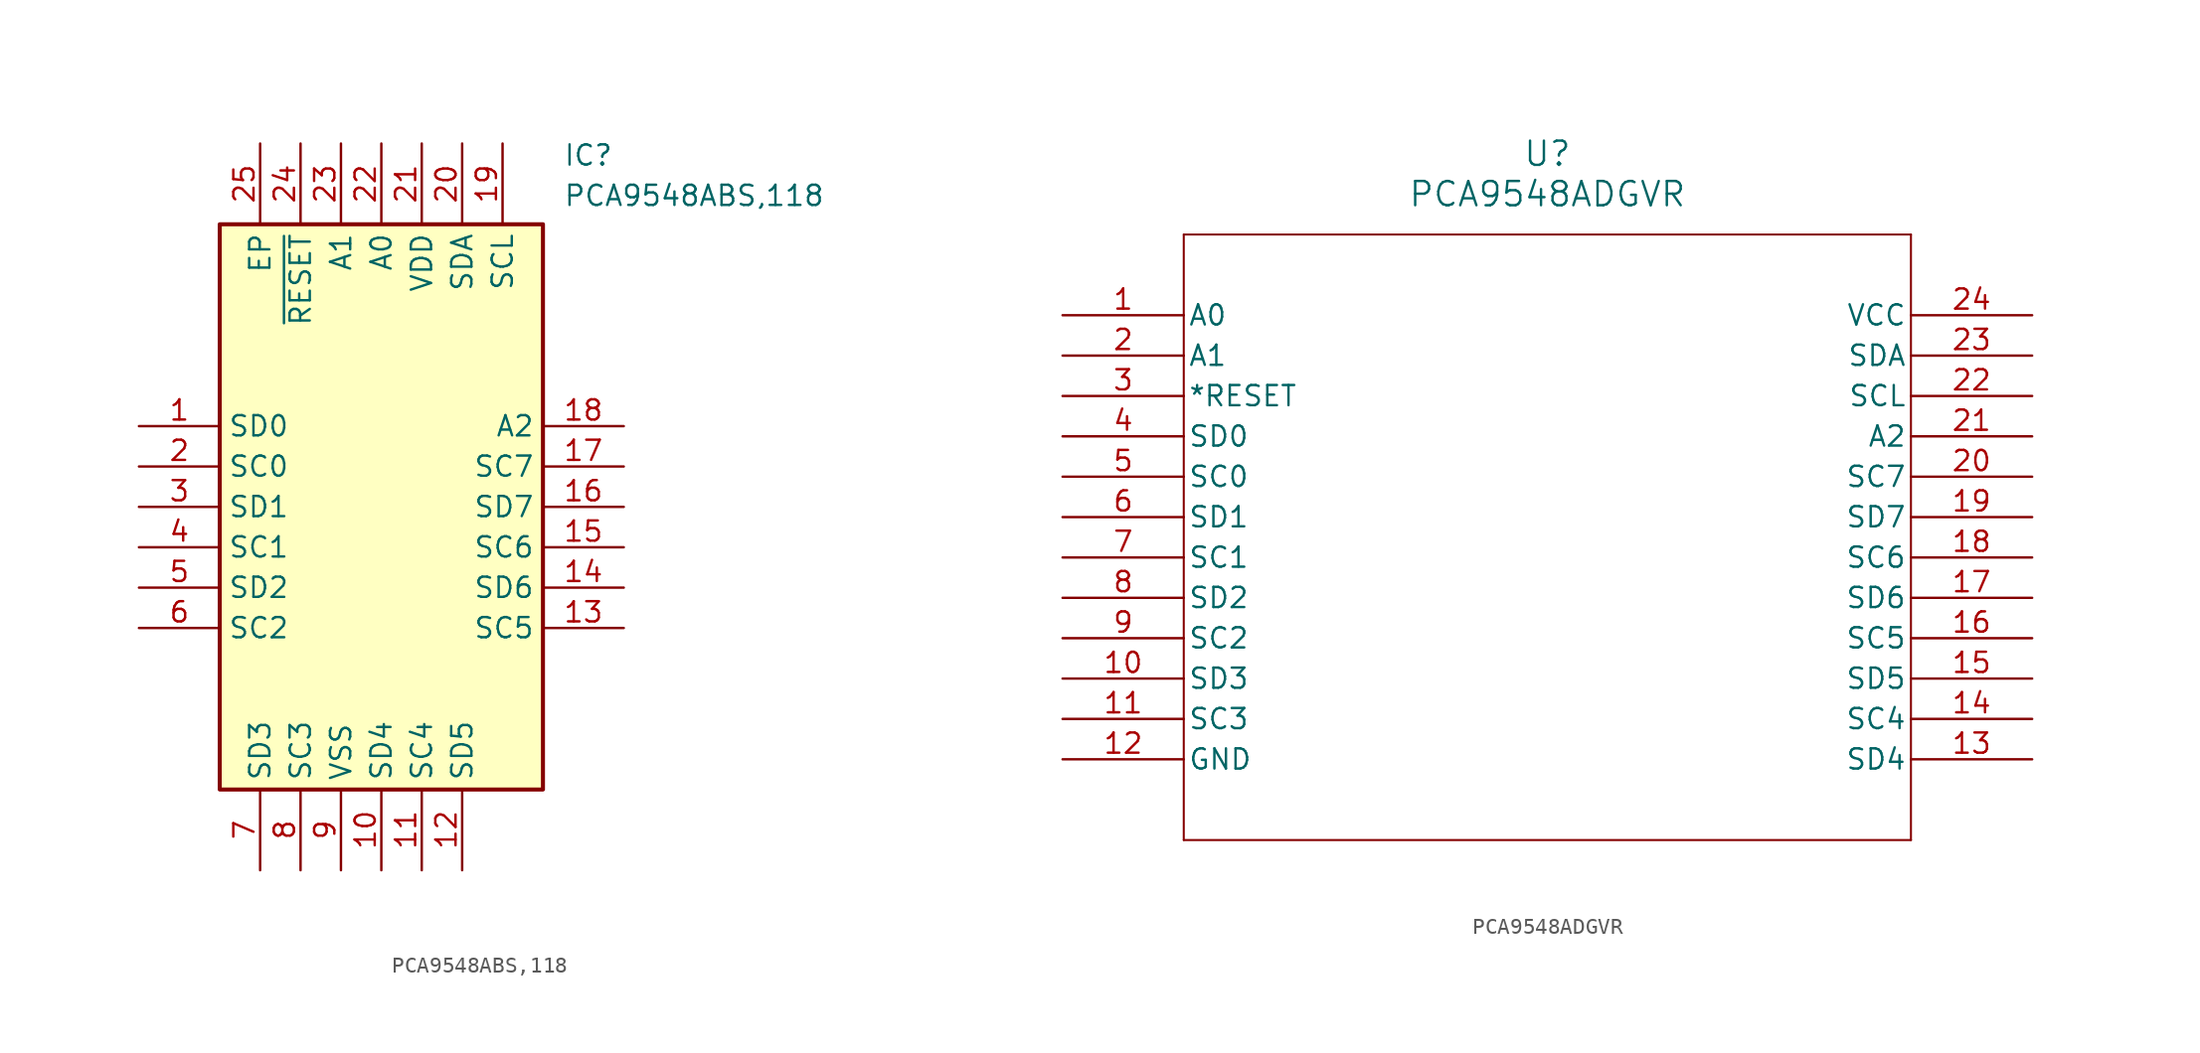
<source format=kicad_sym>
(kicad_symbol_lib
  (version 20231120)
  (generator "kicad_symbol_editor")
  (generator_version "8.0")
  (symbol "PCA9548ABS,118"
    (property "Reference" "IC"
      (at 26.67 17.78 0)
      (effects (font (size 1.27 1.27)) (justify left top)))
    (property "Value" "PCA9548ABS,118"
      (at 26.67 15.24 0)
      (effects (font (size 1.27 1.27)) (justify left top)))
    (symbol "PCA9548ABS,118_1_1"
      (rectangle (start 5.08 12.7) (end 25.4 -22.86) (stroke (width 0.254) (type default)) (fill (type background)))
      (pin passive line (at 0 0 0) (length 5.08) (name "SD0" (effects (font (size 1.27 1.27)))) (number "1" (effects (font (size 1.27 1.27)))))
      (pin passive line (at 15.24 -27.94 90) (length 5.08) (name "SD4" (effects (font (size 1.27 1.27)))) (number "10" (effects (font (size 1.27 1.27)))))
      (pin passive line (at 17.78 -27.94 90) (length 5.08) (name "SC4" (effects (font (size 1.27 1.27)))) (number "11" (effects (font (size 1.27 1.27)))))
      (pin passive line (at 20.32 -27.94 90) (length 5.08) (name "SD5" (effects (font (size 1.27 1.27)))) (number "12" (effects (font (size 1.27 1.27)))))
      (pin passive line (at 30.48 -12.7 180) (length 5.08) (name "SC5" (effects (font (size 1.27 1.27)))) (number "13" (effects (font (size 1.27 1.27)))))
      (pin passive line (at 30.48 -10.16 180) (length 5.08) (name "SD6" (effects (font (size 1.27 1.27)))) (number "14" (effects (font (size 1.27 1.27)))))
      (pin passive line (at 30.48 -7.62 180) (length 5.08) (name "SC6" (effects (font (size 1.27 1.27)))) (number "15" (effects (font (size 1.27 1.27)))))
      (pin passive line (at 30.48 -5.08 180) (length 5.08) (name "SD7" (effects (font (size 1.27 1.27)))) (number "16" (effects (font (size 1.27 1.27)))))
      (pin passive line (at 30.48 -2.54 180) (length 5.08) (name "SC7" (effects (font (size 1.27 1.27)))) (number "17" (effects (font (size 1.27 1.27)))))
      (pin passive line (at 30.48 0 180) (length 5.08) (name "A2" (effects (font (size 1.27 1.27)))) (number "18" (effects (font (size 1.27 1.27)))))
      (pin passive line (at 22.86 17.78 270) (length 5.08) (name "SCL" (effects (font (size 1.27 1.27)))) (number "19" (effects (font (size 1.27 1.27)))))
      (pin passive line (at 0 -2.54 0) (length 5.08) (name "SC0" (effects (font (size 1.27 1.27)))) (number "2" (effects (font (size 1.27 1.27)))))
      (pin passive line (at 20.32 17.78 270) (length 5.08) (name "SDA" (effects (font (size 1.27 1.27)))) (number "20" (effects (font (size 1.27 1.27)))))
      (pin passive line (at 17.78 17.78 270) (length 5.08) (name "VDD" (effects (font (size 1.27 1.27)))) (number "21" (effects (font (size 1.27 1.27)))))
      (pin passive line (at 15.24 17.78 270) (length 5.08) (name "A0" (effects (font (size 1.27 1.27)))) (number "22" (effects (font (size 1.27 1.27)))))
      (pin passive line (at 12.7 17.78 270) (length 5.08) (name "A1" (effects (font (size 1.27 1.27)))) (number "23" (effects (font (size 1.27 1.27)))))
      (pin passive line (at 10.16 17.78 270) (length 5.08) (name "~{RESET}" (effects (font (size 1.27 1.27)))) (number "24" (effects (font (size 1.27 1.27)))))
      (pin passive line (at 7.62 17.78 270) (length 5.08) (name "EP" (effects (font (size 1.27 1.27)))) (number "25" (effects (font (size 1.27 1.27)))))
      (pin passive line (at 0 -5.08 0) (length 5.08) (name "SD1" (effects (font (size 1.27 1.27)))) (number "3" (effects (font (size 1.27 1.27)))))
      (pin passive line (at 0 -7.62 0) (length 5.08) (name "SC1" (effects (font (size 1.27 1.27)))) (number "4" (effects (font (size 1.27 1.27)))))
      (pin passive line (at 0 -10.16 0) (length 5.08) (name "SD2" (effects (font (size 1.27 1.27)))) (number "5" (effects (font (size 1.27 1.27)))))
      (pin passive line (at 0 -12.7 0) (length 5.08) (name "SC2" (effects (font (size 1.27 1.27)))) (number "6" (effects (font (size 1.27 1.27)))))
      (pin passive line (at 7.62 -27.94 90) (length 5.08) (name "SD3" (effects (font (size 1.27 1.27)))) (number "7" (effects (font (size 1.27 1.27)))))
      (pin passive line (at 10.16 -27.94 90) (length 5.08) (name "SC3" (effects (font (size 1.27 1.27)))) (number "8" (effects (font (size 1.27 1.27)))))
      (pin passive line (at 12.7 -27.94 90) (length 5.08) (name "VSS" (effects (font (size 1.27 1.27)))) (number "9" (effects (font (size 1.27 1.27)))))))
  (symbol "PCA9548ADGVR"
    (pin_names
      (offset 0.254))
    (property "Reference" "U"
      (at 30.48 10.16 0)
      (effects (font (size 1.524 1.524))))
    (property "Value" "PCA9548ADGVR"
      (at 30.48 7.62 0)
      (effects (font (size 1.524 1.524))))
    (property "ki_locked" ""
      (at 0 0 0)
      (effects (font (size 1.27 1.27))))
    (symbol "PCA9548ADGVR_0_1"
      (polyline (pts (xy 7.62 -33.02) (xy 53.34 -33.02)) (stroke (width 0.127) (type default)) (fill (type none)))
      (polyline (pts (xy 7.62 5.08) (xy 7.62 -33.02)) (stroke (width 0.127) (type default)) (fill (type none)))
      (polyline (pts (xy 53.34 -33.02) (xy 53.34 5.08)) (stroke (width 0.127) (type default)) (fill (type none)))
      (polyline (pts (xy 53.34 5.08) (xy 7.62 5.08)) (stroke (width 0.127) (type default)) (fill (type none)))
      (pin input line (at 0 0 0) (length 7.62) (name "A0" (effects (font (size 1.27 1.27)))) (number "1" (effects (font (size 1.27 1.27)))))
      (pin unspecified line (at 0 -22.86 0) (length 7.62) (name "SD3" (effects (font (size 1.27 1.27)))) (number "10" (effects (font (size 1.27 1.27)))))
      (pin unspecified line (at 0 -25.4 0) (length 7.62) (name "SC3" (effects (font (size 1.27 1.27)))) (number "11" (effects (font (size 1.27 1.27)))))
      (pin power_in line (at 0 -27.94 0) (length 7.62) (name "GND" (effects (font (size 1.27 1.27)))) (number "12" (effects (font (size 1.27 1.27)))))
      (pin unspecified line (at 60.96 -27.94 180) (length 7.62) (name "SD4" (effects (font (size 1.27 1.27)))) (number "13" (effects (font (size 1.27 1.27)))))
      (pin unspecified line (at 60.96 -25.4 180) (length 7.62) (name "SC4" (effects (font (size 1.27 1.27)))) (number "14" (effects (font (size 1.27 1.27)))))
      (pin unspecified line (at 60.96 -22.86 180) (length 7.62) (name "SD5" (effects (font (size 1.27 1.27)))) (number "15" (effects (font (size 1.27 1.27)))))
      (pin unspecified line (at 60.96 -20.32 180) (length 7.62) (name "SC5" (effects (font (size 1.27 1.27)))) (number "16" (effects (font (size 1.27 1.27)))))
      (pin unspecified line (at 60.96 -17.78 180) (length 7.62) (name "SD6" (effects (font (size 1.27 1.27)))) (number "17" (effects (font (size 1.27 1.27)))))
      (pin unspecified line (at 60.96 -15.24 180) (length 7.62) (name "SC6" (effects (font (size 1.27 1.27)))) (number "18" (effects (font (size 1.27 1.27)))))
      (pin unspecified line (at 60.96 -12.7 180) (length 7.62) (name "SD7" (effects (font (size 1.27 1.27)))) (number "19" (effects (font (size 1.27 1.27)))))
      (pin input line (at 0 -2.54 0) (length 7.62) (name "A1" (effects (font (size 1.27 1.27)))) (number "2" (effects (font (size 1.27 1.27)))))
      (pin unspecified line (at 60.96 -10.16 180) (length 7.62) (name "SC7" (effects (font (size 1.27 1.27)))) (number "20" (effects (font (size 1.27 1.27)))))
      (pin input line (at 60.96 -7.62 180) (length 7.62) (name "A2" (effects (font (size 1.27 1.27)))) (number "21" (effects (font (size 1.27 1.27)))))
      (pin unspecified line (at 60.96 -5.08 180) (length 7.62) (name "SCL" (effects (font (size 1.27 1.27)))) (number "22" (effects (font (size 1.27 1.27)))))
      (pin unspecified line (at 60.96 -2.54 180) (length 7.62) (name "SDA" (effects (font (size 1.27 1.27)))) (number "23" (effects (font (size 1.27 1.27)))))
      (pin power_in line (at 60.96 0 180) (length 7.62) (name "VCC" (effects (font (size 1.27 1.27)))) (number "24" (effects (font (size 1.27 1.27)))))
      (pin input line (at 0 -5.08 0) (length 7.62) (name "*RESET" (effects (font (size 1.27 1.27)))) (number "3" (effects (font (size 1.27 1.27)))))
      (pin unspecified line (at 0 -7.62 0) (length 7.62) (name "SD0" (effects (font (size 1.27 1.27)))) (number "4" (effects (font (size 1.27 1.27)))))
      (pin unspecified line (at 0 -10.16 0) (length 7.62) (name "SC0" (effects (font (size 1.27 1.27)))) (number "5" (effects (font (size 1.27 1.27)))))
      (pin unspecified line (at 0 -12.7 0) (length 7.62) (name "SD1" (effects (font (size 1.27 1.27)))) (number "6" (effects (font (size 1.27 1.27)))))
      (pin unspecified line (at 0 -15.24 0) (length 7.62) (name "SC1" (effects (font (size 1.27 1.27)))) (number "7" (effects (font (size 1.27 1.27)))))
      (pin unspecified line (at 0 -17.78 0) (length 7.62) (name "SD2" (effects (font (size 1.27 1.27)))) (number "8" (effects (font (size 1.27 1.27)))))
      (pin unspecified line (at 0 -20.32 0) (length 7.62) (name "SC2" (effects (font (size 1.27 1.27)))) (number "9" (effects (font (size 1.27 1.27))))))))
</source>
